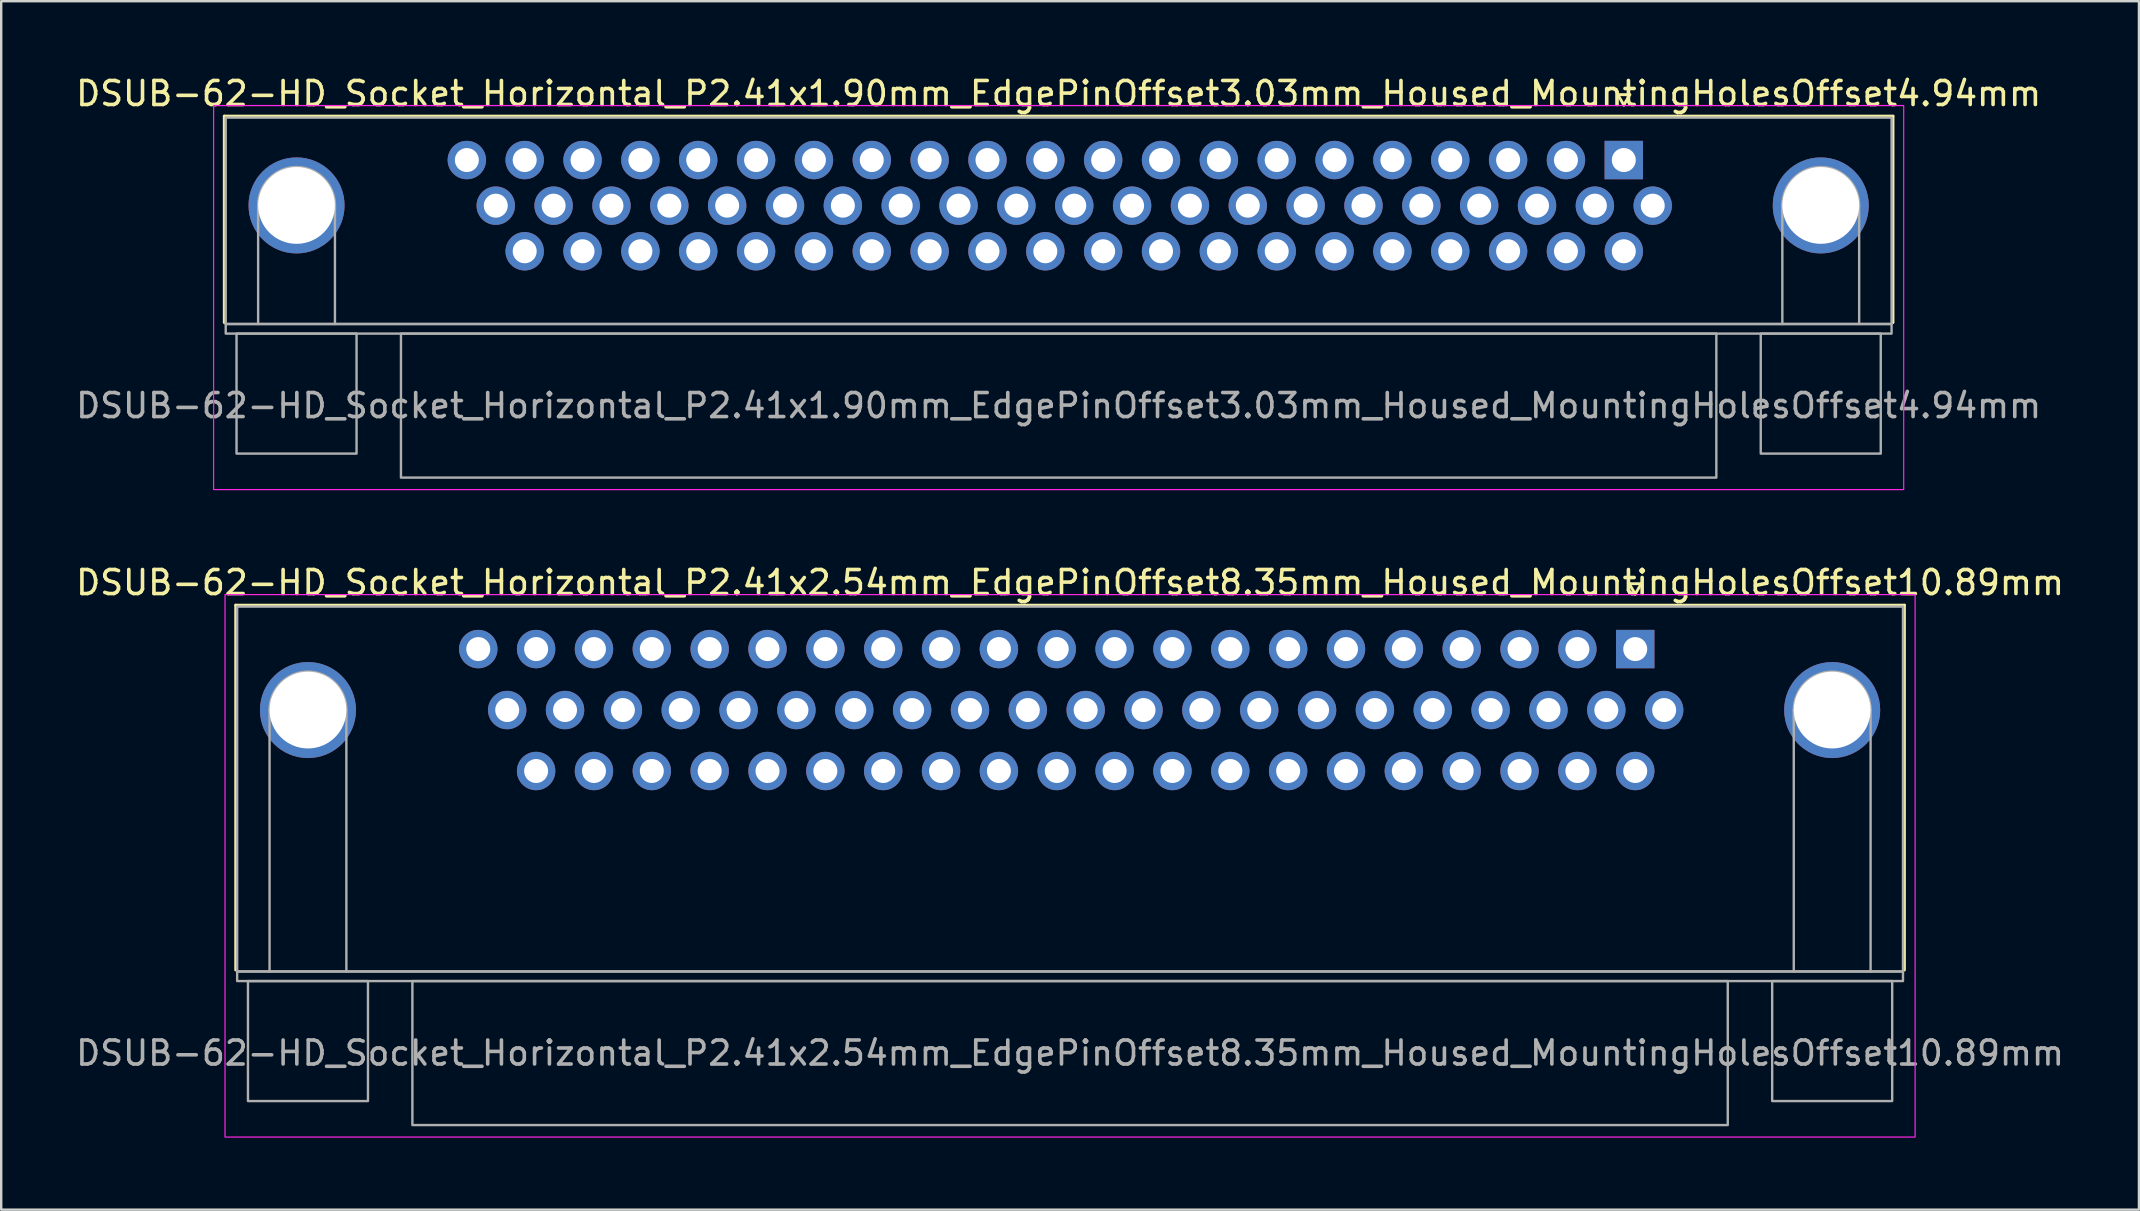
<source format=kicad_pcb>
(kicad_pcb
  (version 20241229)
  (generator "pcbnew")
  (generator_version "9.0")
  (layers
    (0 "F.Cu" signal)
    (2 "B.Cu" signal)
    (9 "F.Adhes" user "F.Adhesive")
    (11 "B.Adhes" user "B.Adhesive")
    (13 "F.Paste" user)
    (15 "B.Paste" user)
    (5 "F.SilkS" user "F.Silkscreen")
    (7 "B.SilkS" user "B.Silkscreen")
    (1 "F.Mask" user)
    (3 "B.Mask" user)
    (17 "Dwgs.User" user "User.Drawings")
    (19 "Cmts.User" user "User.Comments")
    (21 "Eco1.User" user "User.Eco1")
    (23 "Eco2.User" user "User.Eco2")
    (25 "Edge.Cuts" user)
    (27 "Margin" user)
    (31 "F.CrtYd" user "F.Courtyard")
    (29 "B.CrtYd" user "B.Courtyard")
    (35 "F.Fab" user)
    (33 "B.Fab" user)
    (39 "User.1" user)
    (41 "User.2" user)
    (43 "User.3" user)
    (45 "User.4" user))
  (footprint "DSUB-62-HD_Socket_Horizontal_P2.41x2.54mm_EdgePinOffset8.35mm_Housed_MountingHolesOffset10.89mm"
    (layer "F.Cu")
    (at 65.075 23.991)
    (property "Reference" "DSUB-62-HD_Socket_Horizontal_P2.41x2.54mm_EdgePinOffset8.35mm_Housed_MountingHolesOffset10.89mm" (at -23.545 -2.77 0) (layer "F.SilkS") (effects (font (size 1 1) (thickness 0.15))))
    (attr through_hole)
    (fp_line (start -58.305 -1.83) (end 11.215 -1.83) (stroke (width 0.12) (type solid)) (layer "F.SilkS"))
    (fp_line (start -58.305 13.37) (end -58.305 -1.83) (stroke (width 0.12) (type solid)) (layer "F.SilkS"))
    (fp_line (start -0.25 -2.724) (end 0.25 -2.724) (stroke (width 0.12) (type solid)) (layer "F.SilkS"))
    (fp_line (start 0 -2.291) (end -0.25 -2.724) (stroke (width 0.12) (type solid)) (layer "F.SilkS"))
    (fp_line (start 0.25 -2.724) (end 0 -2.291) (stroke (width 0.12) (type solid)) (layer "F.SilkS"))
    (fp_line (start 11.215 -1.83) (end 11.215 13.37) (stroke (width 0.12) (type solid)) (layer "F.SilkS"))
    (fp_rect (start -58.75 -2.27) (end 11.66 20.33) (stroke (width 0.05) (type solid)) (fill no) (layer "F.CrtYd"))
    (fp_line (start -56.895 13.43) (end -56.895 2.54) (stroke (width 0.1) (type solid)) (layer "F.Fab"))
    (fp_line (start -53.695 13.43) (end -53.695 2.54) (stroke (width 0.1) (type solid)) (layer "F.Fab"))
    (fp_line (start 6.605 13.43) (end 6.605 2.54) (stroke (width 0.1) (type solid)) (layer "F.Fab"))
    (fp_line (start 9.805 13.43) (end 9.805 2.54) (stroke (width 0.1) (type solid)) (layer "F.Fab"))
    (fp_rect (start -58.245 -1.77) (end 11.155 13.43) (stroke (width 0.1) (type solid)) (fill no) (layer "F.Fab"))
    (fp_rect (start -58.245 13.43) (end 11.155 13.83) (stroke (width 0.1) (type solid)) (fill no) (layer "F.Fab"))
    (fp_rect (start -57.795 13.83) (end -52.795 18.83) (stroke (width 0.1) (type solid)) (fill no) (layer "F.Fab"))
    (fp_rect (start -50.945 13.83) (end 3.855 19.83) (stroke (width 0.1) (type solid)) (fill no) (layer "F.Fab"))
    (fp_rect (start 5.705 13.83) (end 10.705 18.83) (stroke (width 0.1) (type solid)) (fill no) (layer "F.Fab"))
    (fp_arc (start -56.895 2.54) (mid -55.295 0.94) (end -53.695 2.54) (stroke (width 0.1) (type solid)) (layer "F.Fab"))
    (fp_arc (start 6.605 2.54) (mid 8.205 0.94) (end 9.805 2.54) (stroke (width 0.1) (type solid)) (layer "F.Fab"))
    (fp_text user "${REFERENCE}" (at -23.545 16.83 0) (layer "F.Fab") (effects (font (size 1 1) (thickness 0.15))))
    (pad "1" thru_hole rect (at 0 0) (size 1.6 1.6) (drill 1) (layers "*.Cu" "*.Mask"))
    (pad "2" thru_hole circle (at -2.41 0) (size 1.6 1.6) (drill 1) (layers "*.Cu" "*.Mask"))
    (pad "3" thru_hole circle (at -4.82 0) (size 1.6 1.6) (drill 1) (layers "*.Cu" "*.Mask"))
    (pad "4" thru_hole circle (at -7.23 0) (size 1.6 1.6) (drill 1) (layers "*.Cu" "*.Mask"))
    (pad "5" thru_hole circle (at -9.64 0) (size 1.6 1.6) (drill 1) (layers "*.Cu" "*.Mask"))
    (pad "6" thru_hole circle (at -12.05 0) (size 1.6 1.6) (drill 1) (layers "*.Cu" "*.Mask"))
    (pad "7" thru_hole circle (at -14.46 0) (size 1.6 1.6) (drill 1) (layers "*.Cu" "*.Mask"))
    (pad "8" thru_hole circle (at -16.87 0) (size 1.6 1.6) (drill 1) (layers "*.Cu" "*.Mask"))
    (pad "9" thru_hole circle (at -19.28 0) (size 1.6 1.6) (drill 1) (layers "*.Cu" "*.Mask"))
    (pad "10" thru_hole circle (at -21.69 0) (size 1.6 1.6) (drill 1) (layers "*.Cu" "*.Mask"))
    (pad "11" thru_hole circle (at -24.1 0) (size 1.6 1.6) (drill 1) (layers "*.Cu" "*.Mask"))
    (pad "12" thru_hole circle (at -26.51 0) (size 1.6 1.6) (drill 1) (layers "*.Cu" "*.Mask"))
    (pad "13" thru_hole circle (at -28.92 0) (size 1.6 1.6) (drill 1) (layers "*.Cu" "*.Mask"))
    (pad "14" thru_hole circle (at -31.33 0) (size 1.6 1.6) (drill 1) (layers "*.Cu" "*.Mask"))
    (pad "15" thru_hole circle (at -33.74 0) (size 1.6 1.6) (drill 1) (layers "*.Cu" "*.Mask"))
    (pad "16" thru_hole circle (at -36.15 0) (size 1.6 1.6) (drill 1) (layers "*.Cu" "*.Mask"))
    (pad "17" thru_hole circle (at -38.56 0) (size 1.6 1.6) (drill 1) (layers "*.Cu" "*.Mask"))
    (pad "18" thru_hole circle (at -40.97 0) (size 1.6 1.6) (drill 1) (layers "*.Cu" "*.Mask"))
    (pad "19" thru_hole circle (at -43.38 0) (size 1.6 1.6) (drill 1) (layers "*.Cu" "*.Mask"))
    (pad "20" thru_hole circle (at -45.79 0) (size 1.6 1.6) (drill 1) (layers "*.Cu" "*.Mask"))
    (pad "21" thru_hole circle (at -48.2 0) (size 1.6 1.6) (drill 1) (layers "*.Cu" "*.Mask"))
    (pad "22" thru_hole circle (at 1.205 2.54) (size 1.6 1.6) (drill 1) (layers "*.Cu" "*.Mask"))
    (pad "23" thru_hole circle (at -1.205 2.54) (size 1.6 1.6) (drill 1) (layers "*.Cu" "*.Mask"))
    (pad "24" thru_hole circle (at -3.615 2.54) (size 1.6 1.6) (drill 1) (layers "*.Cu" "*.Mask"))
    (pad "25" thru_hole circle (at -6.025 2.54) (size 1.6 1.6) (drill 1) (layers "*.Cu" "*.Mask"))
    (pad "26" thru_hole circle (at -8.435 2.54) (size 1.6 1.6) (drill 1) (layers "*.Cu" "*.Mask"))
    (pad "27" thru_hole circle (at -10.845 2.54) (size 1.6 1.6) (drill 1) (layers "*.Cu" "*.Mask"))
    (pad "28" thru_hole circle (at -13.255 2.54) (size 1.6 1.6) (drill 1) (layers "*.Cu" "*.Mask"))
    (pad "29" thru_hole circle (at -15.665 2.54) (size 1.6 1.6) (drill 1) (layers "*.Cu" "*.Mask"))
    (pad "30" thru_hole circle (at -18.075 2.54) (size 1.6 1.6) (drill 1) (layers "*.Cu" "*.Mask"))
    (pad "31" thru_hole circle (at -20.485 2.54) (size 1.6 1.6) (drill 1) (layers "*.Cu" "*.Mask"))
    (pad "32" thru_hole circle (at -22.895 2.54) (size 1.6 1.6) (drill 1) (layers "*.Cu" "*.Mask"))
    (pad "33" thru_hole circle (at -25.305 2.54) (size 1.6 1.6) (drill 1) (layers "*.Cu" "*.Mask"))
    (pad "34" thru_hole circle (at -27.715 2.54) (size 1.6 1.6) (drill 1) (layers "*.Cu" "*.Mask"))
    (pad "35" thru_hole circle (at -30.125 2.54) (size 1.6 1.6) (drill 1) (layers "*.Cu" "*.Mask"))
    (pad "36" thru_hole circle (at -32.535 2.54) (size 1.6 1.6) (drill 1) (layers "*.Cu" "*.Mask"))
    (pad "37" thru_hole circle (at -34.945 2.54) (size 1.6 1.6) (drill 1) (layers "*.Cu" "*.Mask"))
    (pad "38" thru_hole circle (at -37.355 2.54) (size 1.6 1.6) (drill 1) (layers "*.Cu" "*.Mask"))
    (pad "39" thru_hole circle (at -39.765 2.54) (size 1.6 1.6) (drill 1) (layers "*.Cu" "*.Mask"))
    (pad "40" thru_hole circle (at -42.175 2.54) (size 1.6 1.6) (drill 1) (layers "*.Cu" "*.Mask"))
    (pad "41" thru_hole circle (at -44.585 2.54) (size 1.6 1.6) (drill 1) (layers "*.Cu" "*.Mask"))
    (pad "42" thru_hole circle (at -46.995 2.54) (size 1.6 1.6) (drill 1) (layers "*.Cu" "*.Mask"))
    (pad "43" thru_hole circle (at 0 5.08) (size 1.6 1.6) (drill 1) (layers "*.Cu" "*.Mask"))
    (pad "44" thru_hole circle (at -2.41 5.08) (size 1.6 1.6) (drill 1) (layers "*.Cu" "*.Mask"))
    (pad "45" thru_hole circle (at -4.82 5.08) (size 1.6 1.6) (drill 1) (layers "*.Cu" "*.Mask"))
    (pad "46" thru_hole circle (at -7.23 5.08) (size 1.6 1.6) (drill 1) (layers "*.Cu" "*.Mask"))
    (pad "47" thru_hole circle (at -9.64 5.08) (size 1.6 1.6) (drill 1) (layers "*.Cu" "*.Mask"))
    (pad "48" thru_hole circle (at -12.05 5.08) (size 1.6 1.6) (drill 1) (layers "*.Cu" "*.Mask"))
    (pad "49" thru_hole circle (at -14.46 5.08) (size 1.6 1.6) (drill 1) (layers "*.Cu" "*.Mask"))
    (pad "50" thru_hole circle (at -16.87 5.08) (size 1.6 1.6) (drill 1) (layers "*.Cu" "*.Mask"))
    (pad "51" thru_hole circle (at -19.28 5.08) (size 1.6 1.6) (drill 1) (layers "*.Cu" "*.Mask"))
    (pad "52" thru_hole circle (at -21.69 5.08) (size 1.6 1.6) (drill 1) (layers "*.Cu" "*.Mask"))
    (pad "53" thru_hole circle (at -24.1 5.08) (size 1.6 1.6) (drill 1) (layers "*.Cu" "*.Mask"))
    (pad "54" thru_hole circle (at -26.51 5.08) (size 1.6 1.6) (drill 1) (layers "*.Cu" "*.Mask"))
    (pad "55" thru_hole circle (at -28.92 5.08) (size 1.6 1.6) (drill 1) (layers "*.Cu" "*.Mask"))
    (pad "56" thru_hole circle (at -31.33 5.08) (size 1.6 1.6) (drill 1) (layers "*.Cu" "*.Mask"))
    (pad "57" thru_hole circle (at -33.74 5.08) (size 1.6 1.6) (drill 1) (layers "*.Cu" "*.Mask"))
    (pad "58" thru_hole circle (at -36.15 5.08) (size 1.6 1.6) (drill 1) (layers "*.Cu" "*.Mask"))
    (pad "59" thru_hole circle (at -38.56 5.08) (size 1.6 1.6) (drill 1) (layers "*.Cu" "*.Mask"))
    (pad "60" thru_hole circle (at -40.97 5.08) (size 1.6 1.6) (drill 1) (layers "*.Cu" "*.Mask"))
    (pad "61" thru_hole circle (at -43.38 5.08) (size 1.6 1.6) (drill 1) (layers "*.Cu" "*.Mask"))
    (pad "62" thru_hole circle (at -45.79 5.08) (size 1.6 1.6) (drill 1) (layers "*.Cu" "*.Mask"))
    (pad "SH" thru_hole circle (at -55.295 2.54) (size 4 4) (drill 3.2) (layers "*.Cu" "*.Mask"))
    (pad "SH" thru_hole circle (at 8.205 2.54) (size 4 4) (drill 3.2) (layers "*.Cu" "*.Mask")))
  (footprint "DSUB-62-HD_Socket_Horizontal_P2.41x1.90mm_EdgePinOffset3.03mm_Housed_MountingHolesOffset4.94mm"
    (layer "F.Cu")
    (at 64.599 3.618)
    (property "Reference" "DSUB-62-HD_Socket_Horizontal_P2.41x1.90mm_EdgePinOffset3.03mm_Housed_MountingHolesOffset4.94mm" (at -23.545 -2.77 0) (layer "F.SilkS") (effects (font (size 1 1) (thickness 0.15))))
    (attr through_hole)
    (fp_line (start -58.305 -1.83) (end 11.215 -1.83) (stroke (width 0.12) (type solid)) (layer "F.SilkS"))
    (fp_line (start -58.305 6.77) (end -58.305 -1.83) (stroke (width 0.12) (type solid)) (layer "F.SilkS"))
    (fp_line (start -0.25 -2.724) (end 0.25 -2.724) (stroke (width 0.12) (type solid)) (layer "F.SilkS"))
    (fp_line (start 0 -2.291) (end -0.25 -2.724) (stroke (width 0.12) (type solid)) (layer "F.SilkS"))
    (fp_line (start 0.25 -2.724) (end 0 -2.291) (stroke (width 0.12) (type solid)) (layer "F.SilkS"))
    (fp_line (start 11.215 -1.83) (end 11.215 6.77) (stroke (width 0.12) (type solid)) (layer "F.SilkS"))
    (fp_rect (start -58.75 -2.27) (end 11.66 13.73) (stroke (width 0.05) (type solid)) (fill no) (layer "F.CrtYd"))
    (fp_line (start -56.895 6.83) (end -56.895 1.89) (stroke (width 0.1) (type solid)) (layer "F.Fab"))
    (fp_line (start -53.695 6.83) (end -53.695 1.89) (stroke (width 0.1) (type solid)) (layer "F.Fab"))
    (fp_line (start 6.605 6.83) (end 6.605 1.89) (stroke (width 0.1) (type solid)) (layer "F.Fab"))
    (fp_line (start 9.805 6.83) (end 9.805 1.89) (stroke (width 0.1) (type solid)) (layer "F.Fab"))
    (fp_rect (start -58.245 -1.77) (end 11.155 6.83) (stroke (width 0.1) (type solid)) (fill no) (layer "F.Fab"))
    (fp_rect (start -58.245 6.83) (end 11.155 7.23) (stroke (width 0.1) (type solid)) (fill no) (layer "F.Fab"))
    (fp_rect (start -57.795 7.23) (end -52.795 12.23) (stroke (width 0.1) (type solid)) (fill no) (layer "F.Fab"))
    (fp_rect (start -50.945 7.23) (end 3.855 13.23) (stroke (width 0.1) (type solid)) (fill no) (layer "F.Fab"))
    (fp_rect (start 5.705 7.23) (end 10.705 12.23) (stroke (width 0.1) (type solid)) (fill no) (layer "F.Fab"))
    (fp_arc (start -56.895 1.89) (mid -55.295 0.29) (end -53.695 1.89) (stroke (width 0.1) (type solid)) (layer "F.Fab"))
    (fp_arc (start 6.605 1.89) (mid 8.205 0.29) (end 9.805 1.89) (stroke (width 0.1) (type solid)) (layer "F.Fab"))
    (fp_text user "${REFERENCE}" (at -23.545 10.23 0) (layer "F.Fab") (effects (font (size 1 1) (thickness 0.15))))
    (pad "1" thru_hole rect (at 0 0) (size 1.6 1.6) (drill 1) (layers "*.Cu" "*.Mask"))
    (pad "2" thru_hole circle (at -2.41 0) (size 1.6 1.6) (drill 1) (layers "*.Cu" "*.Mask"))
    (pad "3" thru_hole circle (at -4.82 0) (size 1.6 1.6) (drill 1) (layers "*.Cu" "*.Mask"))
    (pad "4" thru_hole circle (at -7.23 0) (size 1.6 1.6) (drill 1) (layers "*.Cu" "*.Mask"))
    (pad "5" thru_hole circle (at -9.64 0) (size 1.6 1.6) (drill 1) (layers "*.Cu" "*.Mask"))
    (pad "6" thru_hole circle (at -12.05 0) (size 1.6 1.6) (drill 1) (layers "*.Cu" "*.Mask"))
    (pad "7" thru_hole circle (at -14.46 0) (size 1.6 1.6) (drill 1) (layers "*.Cu" "*.Mask"))
    (pad "8" thru_hole circle (at -16.87 0) (size 1.6 1.6) (drill 1) (layers "*.Cu" "*.Mask"))
    (pad "9" thru_hole circle (at -19.28 0) (size 1.6 1.6) (drill 1) (layers "*.Cu" "*.Mask"))
    (pad "10" thru_hole circle (at -21.69 0) (size 1.6 1.6) (drill 1) (layers "*.Cu" "*.Mask"))
    (pad "11" thru_hole circle (at -24.1 0) (size 1.6 1.6) (drill 1) (layers "*.Cu" "*.Mask"))
    (pad "12" thru_hole circle (at -26.51 0) (size 1.6 1.6) (drill 1) (layers "*.Cu" "*.Mask"))
    (pad "13" thru_hole circle (at -28.92 0) (size 1.6 1.6) (drill 1) (layers "*.Cu" "*.Mask"))
    (pad "14" thru_hole circle (at -31.33 0) (size 1.6 1.6) (drill 1) (layers "*.Cu" "*.Mask"))
    (pad "15" thru_hole circle (at -33.74 0) (size 1.6 1.6) (drill 1) (layers "*.Cu" "*.Mask"))
    (pad "16" thru_hole circle (at -36.15 0) (size 1.6 1.6) (drill 1) (layers "*.Cu" "*.Mask"))
    (pad "17" thru_hole circle (at -38.56 0) (size 1.6 1.6) (drill 1) (layers "*.Cu" "*.Mask"))
    (pad "18" thru_hole circle (at -40.97 0) (size 1.6 1.6) (drill 1) (layers "*.Cu" "*.Mask"))
    (pad "19" thru_hole circle (at -43.38 0) (size 1.6 1.6) (drill 1) (layers "*.Cu" "*.Mask"))
    (pad "20" thru_hole circle (at -45.79 0) (size 1.6 1.6) (drill 1) (layers "*.Cu" "*.Mask"))
    (pad "21" thru_hole circle (at -48.2 0) (size 1.6 1.6) (drill 1) (layers "*.Cu" "*.Mask"))
    (pad "22" thru_hole circle (at 1.205 1.9) (size 1.6 1.6) (drill 1) (layers "*.Cu" "*.Mask"))
    (pad "23" thru_hole circle (at -1.205 1.9) (size 1.6 1.6) (drill 1) (layers "*.Cu" "*.Mask"))
    (pad "24" thru_hole circle (at -3.615 1.9) (size 1.6 1.6) (drill 1) (layers "*.Cu" "*.Mask"))
    (pad "25" thru_hole circle (at -6.025 1.9) (size 1.6 1.6) (drill 1) (layers "*.Cu" "*.Mask"))
    (pad "26" thru_hole circle (at -8.435 1.9) (size 1.6 1.6) (drill 1) (layers "*.Cu" "*.Mask"))
    (pad "27" thru_hole circle (at -10.845 1.9) (size 1.6 1.6) (drill 1) (layers "*.Cu" "*.Mask"))
    (pad "28" thru_hole circle (at -13.255 1.9) (size 1.6 1.6) (drill 1) (layers "*.Cu" "*.Mask"))
    (pad "29" thru_hole circle (at -15.665 1.9) (size 1.6 1.6) (drill 1) (layers "*.Cu" "*.Mask"))
    (pad "30" thru_hole circle (at -18.075 1.9) (size 1.6 1.6) (drill 1) (layers "*.Cu" "*.Mask"))
    (pad "31" thru_hole circle (at -20.485 1.9) (size 1.6 1.6) (drill 1) (layers "*.Cu" "*.Mask"))
    (pad "32" thru_hole circle (at -22.895 1.9) (size 1.6 1.6) (drill 1) (layers "*.Cu" "*.Mask"))
    (pad "33" thru_hole circle (at -25.305 1.9) (size 1.6 1.6) (drill 1) (layers "*.Cu" "*.Mask"))
    (pad "34" thru_hole circle (at -27.715 1.9) (size 1.6 1.6) (drill 1) (layers "*.Cu" "*.Mask"))
    (pad "35" thru_hole circle (at -30.125 1.9) (size 1.6 1.6) (drill 1) (layers "*.Cu" "*.Mask"))
    (pad "36" thru_hole circle (at -32.535 1.9) (size 1.6 1.6) (drill 1) (layers "*.Cu" "*.Mask"))
    (pad "37" thru_hole circle (at -34.945 1.9) (size 1.6 1.6) (drill 1) (layers "*.Cu" "*.Mask"))
    (pad "38" thru_hole circle (at -37.355 1.9) (size 1.6 1.6) (drill 1) (layers "*.Cu" "*.Mask"))
    (pad "39" thru_hole circle (at -39.765 1.9) (size 1.6 1.6) (drill 1) (layers "*.Cu" "*.Mask"))
    (pad "40" thru_hole circle (at -42.175 1.9) (size 1.6 1.6) (drill 1) (layers "*.Cu" "*.Mask"))
    (pad "41" thru_hole circle (at -44.585 1.9) (size 1.6 1.6) (drill 1) (layers "*.Cu" "*.Mask"))
    (pad "42" thru_hole circle (at -46.995 1.9) (size 1.6 1.6) (drill 1) (layers "*.Cu" "*.Mask"))
    (pad "43" thru_hole circle (at 0 3.8) (size 1.6 1.6) (drill 1) (layers "*.Cu" "*.Mask"))
    (pad "44" thru_hole circle (at -2.41 3.8) (size 1.6 1.6) (drill 1) (layers "*.Cu" "*.Mask"))
    (pad "45" thru_hole circle (at -4.82 3.8) (size 1.6 1.6) (drill 1) (layers "*.Cu" "*.Mask"))
    (pad "46" thru_hole circle (at -7.23 3.8) (size 1.6 1.6) (drill 1) (layers "*.Cu" "*.Mask"))
    (pad "47" thru_hole circle (at -9.64 3.8) (size 1.6 1.6) (drill 1) (layers "*.Cu" "*.Mask"))
    (pad "48" thru_hole circle (at -12.05 3.8) (size 1.6 1.6) (drill 1) (layers "*.Cu" "*.Mask"))
    (pad "49" thru_hole circle (at -14.46 3.8) (size 1.6 1.6) (drill 1) (layers "*.Cu" "*.Mask"))
    (pad "50" thru_hole circle (at -16.87 3.8) (size 1.6 1.6) (drill 1) (layers "*.Cu" "*.Mask"))
    (pad "51" thru_hole circle (at -19.28 3.8) (size 1.6 1.6) (drill 1) (layers "*.Cu" "*.Mask"))
    (pad "52" thru_hole circle (at -21.69 3.8) (size 1.6 1.6) (drill 1) (layers "*.Cu" "*.Mask"))
    (pad "53" thru_hole circle (at -24.1 3.8) (size 1.6 1.6) (drill 1) (layers "*.Cu" "*.Mask"))
    (pad "54" thru_hole circle (at -26.51 3.8) (size 1.6 1.6) (drill 1) (layers "*.Cu" "*.Mask"))
    (pad "55" thru_hole circle (at -28.92 3.8) (size 1.6 1.6) (drill 1) (layers "*.Cu" "*.Mask"))
    (pad "56" thru_hole circle (at -31.33 3.8) (size 1.6 1.6) (drill 1) (layers "*.Cu" "*.Mask"))
    (pad "57" thru_hole circle (at -33.74 3.8) (size 1.6 1.6) (drill 1) (layers "*.Cu" "*.Mask"))
    (pad "58" thru_hole circle (at -36.15 3.8) (size 1.6 1.6) (drill 1) (layers "*.Cu" "*.Mask"))
    (pad "59" thru_hole circle (at -38.56 3.8) (size 1.6 1.6) (drill 1) (layers "*.Cu" "*.Mask"))
    (pad "60" thru_hole circle (at -40.97 3.8) (size 1.6 1.6) (drill 1) (layers "*.Cu" "*.Mask"))
    (pad "61" thru_hole circle (at -43.38 3.8) (size 1.6 1.6) (drill 1) (layers "*.Cu" "*.Mask"))
    (pad "62" thru_hole circle (at -45.79 3.8) (size 1.6 1.6) (drill 1) (layers "*.Cu" "*.Mask"))
    (pad "SH" thru_hole circle (at -55.295 1.89) (size 4 4) (drill 3.2) (layers "*.Cu" "*.Mask"))
    (pad "SH" thru_hole circle (at 8.205 1.89) (size 4 4) (drill 3.2) (layers "*.Cu" "*.Mask")))
  (gr_rect
    (start -3 -3)
    (end 86.06 47.346)
    (stroke (width 0.1) (type default))
    (fill no)
    (layer "Edge.Cuts")))
</source>
